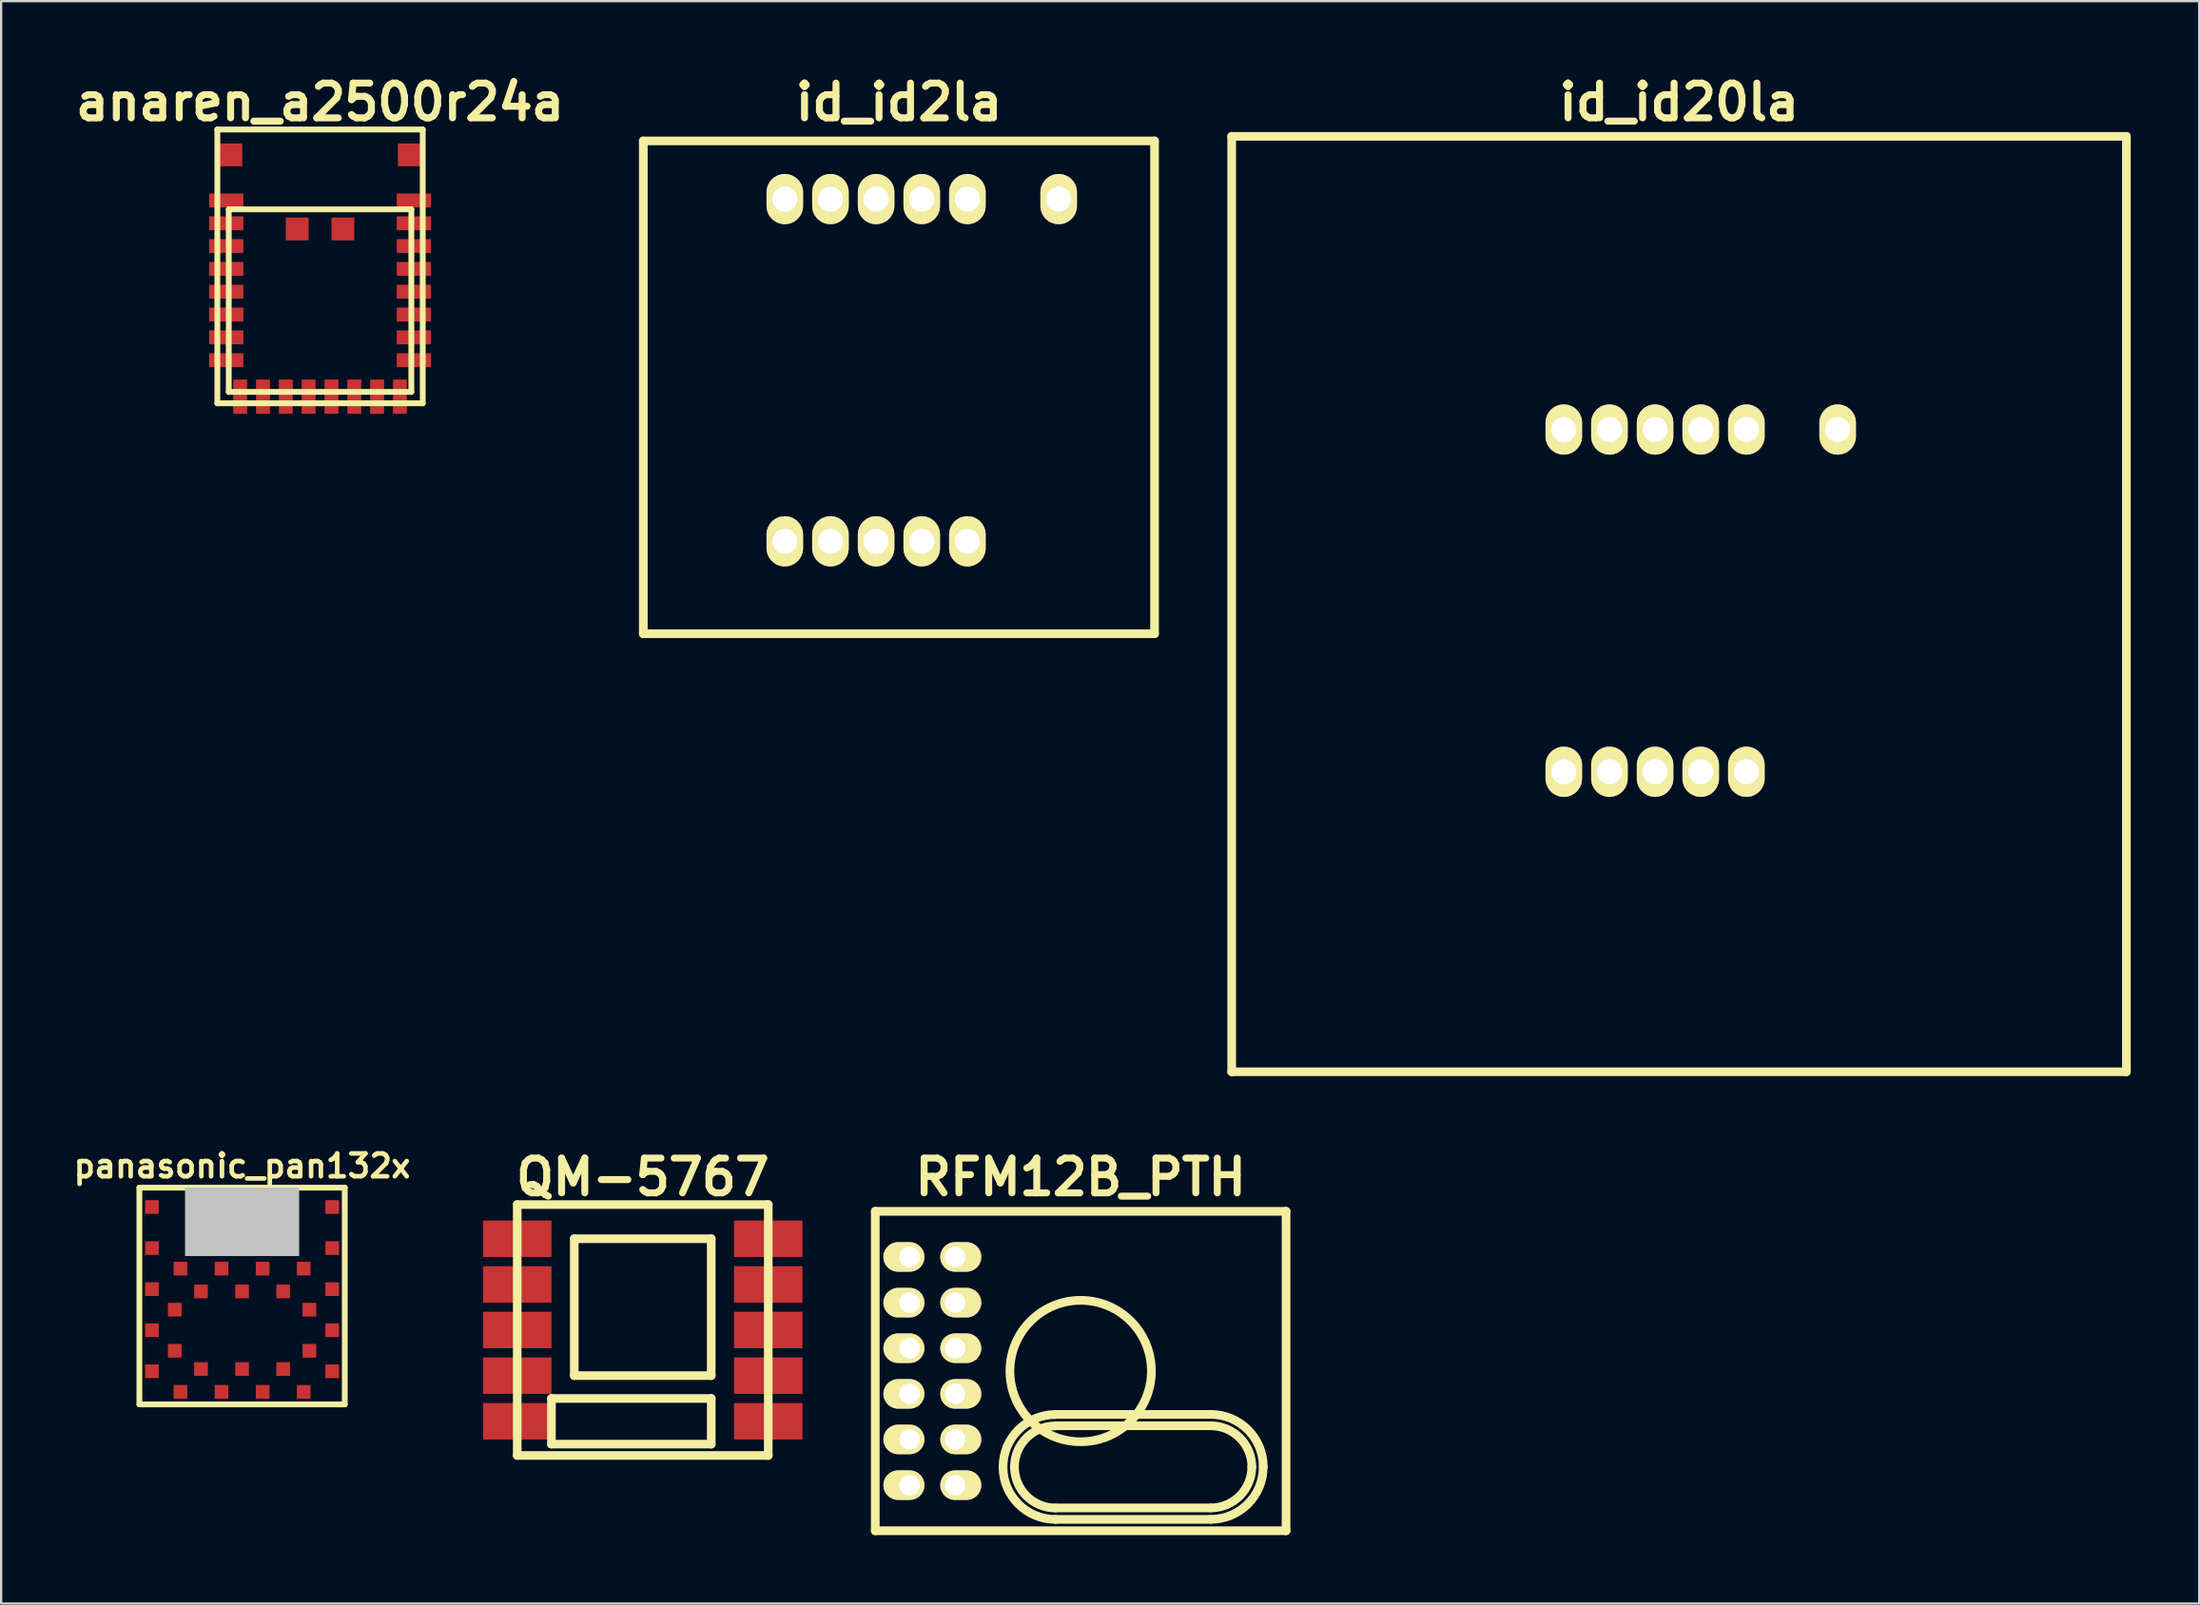
<source format=kicad_pcb>
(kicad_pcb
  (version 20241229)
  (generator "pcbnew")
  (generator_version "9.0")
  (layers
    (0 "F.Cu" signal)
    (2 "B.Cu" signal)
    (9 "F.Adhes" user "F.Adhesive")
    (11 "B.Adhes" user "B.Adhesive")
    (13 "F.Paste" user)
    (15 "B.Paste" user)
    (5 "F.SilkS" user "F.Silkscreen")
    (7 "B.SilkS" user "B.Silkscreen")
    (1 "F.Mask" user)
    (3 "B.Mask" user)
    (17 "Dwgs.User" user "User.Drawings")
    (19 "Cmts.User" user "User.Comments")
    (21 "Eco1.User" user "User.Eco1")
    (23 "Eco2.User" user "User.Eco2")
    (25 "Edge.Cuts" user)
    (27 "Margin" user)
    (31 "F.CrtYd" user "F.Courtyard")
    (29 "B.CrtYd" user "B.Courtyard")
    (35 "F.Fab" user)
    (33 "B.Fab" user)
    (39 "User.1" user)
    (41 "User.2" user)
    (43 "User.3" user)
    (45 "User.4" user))
  (footprint "anaren_a2500r24a"
    (layer "F.Cu")
    (at 10.973 8.626)
    (property "Reference" "anaren_a2500r24a" (at 0 -7.2 0) (layer "F.SilkS") (effects (font (size 1.524 1.524) (thickness 0.305))))
    (attr through_hole)
    (fp_line (start -4.5 -6) (end -4.5 6) (stroke (width 0.254) (type solid)) (layer "F.SilkS"))
    (fp_line (start -4.5 -6) (end 4.5 -6) (stroke (width 0.254) (type solid)) (layer "F.SilkS"))
    (fp_line (start -4.5 6) (end 4.5 6) (stroke (width 0.254) (type solid)) (layer "F.SilkS"))
    (fp_line (start -4 -2.5) (end -4 5.5) (stroke (width 0.254) (type solid)) (layer "F.SilkS"))
    (fp_line (start -4 -2.5) (end 4 -2.5) (stroke (width 0.254) (type solid)) (layer "F.SilkS"))
    (fp_line (start -4 5.5) (end 4 5.5) (stroke (width 0.254) (type solid)) (layer "F.SilkS"))
    (fp_line (start 4 -2.5) (end 4 5.5) (stroke (width 0.254) (type solid)) (layer "F.SilkS"))
    (fp_line (start 4.5 -6) (end 4.5 6) (stroke (width 0.254) (type solid)) (layer "F.SilkS"))
    (pad "" smd rect (at -3.91 -4.89) (size 1 1) (layers "F.Cu" "F.Mask" "F.Paste"))
    (pad "" smd rect (at -1 -1.64) (size 1 1) (layers "F.Cu" "F.Mask" "F.Paste"))
    (pad "" smd rect (at 1 -1.64) (size 1 1) (layers "F.Cu" "F.Mask" "F.Paste"))
    (pad "" smd rect (at 3.91 -4.89) (size 1 1) (layers "F.Cu" "F.Mask" "F.Paste"))
    (pad "1" smd rect (at -4.11 -2.89) (size 1.5 0.61) (layers "F.Cu" "F.Mask" "F.Paste"))
    (pad "2" smd rect (at -4.11 -1.89) (size 1.5 0.61) (layers "F.Cu" "F.Mask" "F.Paste"))
    (pad "3" smd rect (at -4.11 -0.89) (size 1.5 0.61) (layers "F.Cu" "F.Mask" "F.Paste"))
    (pad "4" smd rect (at -4.11 0.11) (size 1.5 0.61) (layers "F.Cu" "F.Mask" "F.Paste"))
    (pad "5" smd rect (at -4.11 1.11) (size 1.5 0.61) (layers "F.Cu" "F.Mask" "F.Paste"))
    (pad "6" smd rect (at -4.11 2.11) (size 1.5 0.61) (layers "F.Cu" "F.Mask" "F.Paste"))
    (pad "7" smd rect (at -4.11 3.11) (size 1.5 0.61) (layers "F.Cu" "F.Mask" "F.Paste"))
    (pad "8" smd rect (at -4.11 4.11) (size 1.5 0.61) (layers "F.Cu" "F.Mask" "F.Paste"))
    (pad "9" smd rect (at -3.5 5.71) (size 0.61 1.5) (layers "F.Cu" "F.Mask" "F.Paste"))
    (pad "10" smd rect (at -2.5 5.71) (size 0.61 1.5) (layers "F.Cu" "F.Mask" "F.Paste"))
    (pad "11" smd rect (at -1.5 5.71) (size 0.61 1.5) (layers "F.Cu" "F.Mask" "F.Paste"))
    (pad "12" smd rect (at -0.5 5.71) (size 0.61 1.5) (layers "F.Cu" "F.Mask" "F.Paste"))
    (pad "13" smd rect (at 0.5 5.71) (size 0.61 1.5) (layers "F.Cu" "F.Mask" "F.Paste"))
    (pad "14" smd rect (at 1.5 5.71) (size 0.61 1.5) (layers "F.Cu" "F.Mask" "F.Paste"))
    (pad "15" smd rect (at 2.5 5.71) (size 0.61 1.5) (layers "F.Cu" "F.Mask" "F.Paste"))
    (pad "16" smd rect (at 3.5 5.71) (size 0.61 1.5) (layers "F.Cu" "F.Mask" "F.Paste"))
    (pad "17" smd rect (at 4.11 4.11) (size 1.5 0.61) (layers "F.Cu" "F.Mask" "F.Paste"))
    (pad "18" smd rect (at 4.11 3.11) (size 1.5 0.61) (layers "F.Cu" "F.Mask" "F.Paste"))
    (pad "19" smd rect (at 4.11 2.11) (size 1.5 0.61) (layers "F.Cu" "F.Mask" "F.Paste"))
    (pad "20" smd rect (at 4.11 1.11) (size 1.5 0.61) (layers "F.Cu" "F.Mask" "F.Paste"))
    (pad "21" smd rect (at 4.11 0.11) (size 1.5 0.61) (layers "F.Cu" "F.Mask" "F.Paste"))
    (pad "22" smd rect (at 4.11 -0.89) (size 1.5 0.61) (layers "F.Cu" "F.Mask" "F.Paste"))
    (pad "23" smd rect (at 4.11 -1.89) (size 1.5 0.61) (layers "F.Cu" "F.Mask" "F.Paste"))
    (pad "24" smd rect (at 4.11 -2.89) (size 1.5 0.61) (layers "F.Cu" "F.Mask" "F.Paste")))
  (footprint "QM-5767"
    (layer "F.Cu")
    (at 25.112 55.244)
    (property "Reference" "QM-5767" (at 0 -6.701 0) (layer "F.SilkS") (effects (font (size 1.524 1.524) (thickness 0.305))))
    (attr through_hole)
    (fp_line (start -5.499 -5.499) (end 5.499 -5.499) (stroke (width 0.378) (type solid)) (layer "F.SilkS"))
    (fp_line (start -5.499 5.499) (end -5.499 -5.499) (stroke (width 0.378) (type solid)) (layer "F.SilkS"))
    (fp_line (start -4 3) (end -4 5.001) (stroke (width 0.378) (type solid)) (layer "F.SilkS"))
    (fp_line (start -4 5.001) (end 3 5.001) (stroke (width 0.378) (type solid)) (layer "F.SilkS"))
    (fp_line (start -3 -4) (end 3 -4) (stroke (width 0.378) (type solid)) (layer "F.SilkS"))
    (fp_line (start -3 1.999) (end -3 -4) (stroke (width 0.378) (type solid)) (layer "F.SilkS"))
    (fp_line (start 3 -4) (end 3 1.999) (stroke (width 0.378) (type solid)) (layer "F.SilkS"))
    (fp_line (start 3 1.999) (end -3 1.999) (stroke (width 0.378) (type solid)) (layer "F.SilkS"))
    (fp_line (start 3 3) (end -4 3) (stroke (width 0.378) (type solid)) (layer "F.SilkS"))
    (fp_line (start 3 5.001) (end 3 3) (stroke (width 0.378) (type solid)) (layer "F.SilkS"))
    (fp_line (start 5.499 -5.499) (end 5.499 5.499) (stroke (width 0.378) (type solid)) (layer "F.SilkS"))
    (fp_line (start 5.499 5.499) (end -5.499 5.499) (stroke (width 0.378) (type solid)) (layer "F.SilkS"))
    (pad "1" smd rect (at -5.499 -4) (size 2.997 1.598) (layers "F.Cu" "F.Mask" "F.Paste"))
    (pad "2" smd rect (at -5.499 -1.999) (size 2.997 1.598) (layers "F.Cu" "F.Mask" "F.Paste"))
    (pad "3" smd rect (at -5.499 0) (size 2.997 1.598) (layers "F.Cu" "F.Mask" "F.Paste"))
    (pad "4" smd rect (at -5.499 1.999) (size 2.997 1.598) (layers "F.Cu" "F.Mask" "F.Paste"))
    (pad "5" smd rect (at -5.499 4) (size 2.997 1.598) (layers "F.Cu" "F.Mask" "F.Paste"))
    (pad "6" smd rect (at 5.499 4) (size 2.997 1.598) (layers "F.Cu" "F.Mask" "F.Paste"))
    (pad "7" smd rect (at 5.499 1.999) (size 2.997 1.598) (layers "F.Cu" "F.Mask" "F.Paste"))
    (pad "8" smd rect (at 5.499 0) (size 2.997 1.598) (layers "F.Cu" "F.Mask" "F.Paste"))
    (pad "9" smd rect (at 5.499 -1.999) (size 2.997 1.598) (layers "F.Cu" "F.Mask" "F.Paste"))
    (pad "10" smd rect (at 5.499 -4) (size 2.997 1.598) (layers "F.Cu" "F.Mask" "F.Paste")))
  (footprint "panasonic_pan132x"
    (layer "F.Cu")
    (at 7.557 55.253)
    (property "Reference" "panasonic_pan132x" (at 0 -7.2 0) (layer "F.SilkS") (effects (font (size 1 1) (thickness 0.2))))
    (attr through_hole)
    (fp_line (start -4.5 -6.25) (end -4.5 3.25) (stroke (width 0.254) (type solid)) (layer "F.SilkS"))
    (fp_line (start -4.5 -6.25) (end 4.5 -6.25) (stroke (width 0.254) (type solid)) (layer "F.SilkS"))
    (fp_line (start -4.5 3.25) (end 4.5 3.25) (stroke (width 0.254) (type solid)) (layer "F.SilkS"))
    (fp_line (start 4.5 -6.25) (end 4.5 3.25) (stroke (width 0.254) (type solid)) (layer "F.SilkS"))
    (pad "" smd rect (at 0 -4.75) (size 5 3) (layers "Dwgs.User"))
    (pad "1" smd rect (at -2.7 2.7) (size 0.6 0.6) (layers "F.Cu" "F.Mask" "F.Paste"))
    (pad "2" smd rect (at -1.8 1.7) (size 0.6 0.6) (layers "F.Cu" "F.Mask" "F.Paste"))
    (pad "3" smd rect (at -0.9 2.7) (size 0.6 0.6) (layers "F.Cu" "F.Mask" "F.Paste"))
    (pad "4" smd rect (at 0 1.7) (size 0.6 0.6) (layers "F.Cu" "F.Mask" "F.Paste"))
    (pad "5" smd rect (at 0.9 2.7) (size 0.6 0.6) (layers "F.Cu" "F.Mask" "F.Paste"))
    (pad "6" smd rect (at 1.8 1.7) (size 0.6 0.6) (layers "F.Cu" "F.Mask" "F.Paste"))
    (pad "7" smd rect (at 2.7 2.7) (size 0.6 0.6) (layers "F.Cu" "F.Mask" "F.Paste"))
    (pad "8" smd rect (at 3.95 1.8) (size 0.6 0.6) (layers "F.Cu" "F.Mask" "F.Paste"))
    (pad "9" smd rect (at 2.95 0.9) (size 0.6 0.6) (layers "F.Cu" "F.Mask" "F.Paste"))
    (pad "10" smd rect (at 3.95 0) (size 0.6 0.6) (layers "F.Cu" "F.Mask" "F.Paste"))
    (pad "11" smd rect (at 2.95 -0.9) (size 0.6 0.6) (layers "F.Cu" "F.Mask" "F.Paste"))
    (pad "12" smd rect (at 3.95 -1.8) (size 0.6 0.6) (layers "F.Cu" "F.Mask" "F.Paste"))
    (pad "13" smd rect (at 2.7 -2.7) (size 0.6 0.6) (layers "F.Cu" "F.Mask" "F.Paste"))
    (pad "14" smd rect (at 1.8 -1.7) (size 0.6 0.6) (layers "F.Cu" "F.Mask" "F.Paste"))
    (pad "15" smd rect (at 0.9 -2.7) (size 0.6 0.6) (layers "F.Cu" "F.Mask" "F.Paste"))
    (pad "16" smd rect (at 0 -1.7) (size 0.6 0.6) (layers "F.Cu" "F.Mask" "F.Paste"))
    (pad "17" smd rect (at -0.9 -2.7) (size 0.6 0.6) (layers "F.Cu" "F.Mask" "F.Paste"))
    (pad "18" smd rect (at -1.8 -1.7) (size 0.6 0.6) (layers "F.Cu" "F.Mask" "F.Paste"))
    (pad "19" smd rect (at -2.7 -2.7) (size 0.6 0.6) (layers "F.Cu" "F.Mask" "F.Paste"))
    (pad "20" smd rect (at -3.95 -1.8) (size 0.6 0.6) (layers "F.Cu" "F.Mask" "F.Paste"))
    (pad "21" smd rect (at -2.95 -0.9) (size 0.6 0.6) (layers "F.Cu" "F.Mask" "F.Paste"))
    (pad "22" smd rect (at -3.95 0) (size 0.6 0.6) (layers "F.Cu" "F.Mask" "F.Paste"))
    (pad "23" smd rect (at -2.95 0.9) (size 0.6 0.6) (layers "F.Cu" "F.Mask" "F.Paste"))
    (pad "24" smd rect (at -3.95 1.8) (size 0.6 0.6) (layers "F.Cu" "F.Mask" "F.Paste"))
    (pad "A" smd rect (at -3.95 -3.6) (size 0.6 0.6) (layers "F.Cu" "F.Mask" "F.Paste"))
    (pad "B" smd rect (at 3.95 -3.6) (size 0.6 0.6) (layers "F.Cu" "F.Mask" "F.Paste"))
    (pad "C" smd rect (at -3.95 -5.4) (size 0.6 0.6) (layers "F.Cu" "F.Mask" "F.Paste"))
    (pad "D" smd rect (at 3.95 -5.4) (size 0.6 0.6) (layers "F.Cu" "F.Mask" "F.Paste")))
  (footprint "RFM12B_PTH"
    (layer "F.Cu")
    (at 44.299 57.042)
    (property "Reference" "RFM12B_PTH" (at 0 -8.499 0) (layer "F.SilkS") (effects (font (size 1.524 1.524) (thickness 0.305))))
    (attr through_hole)
    (fp_line (start -8.999 -7) (end 8.999 -7) (stroke (width 0.381) (type solid)) (layer "F.SilkS"))
    (fp_line (start -8.999 7) (end -8.999 -7) (stroke (width 0.381) (type solid)) (layer "F.SilkS"))
    (fp_line (start -1.102 1.902) (end 5.697 1.902) (stroke (width 0.381) (type solid)) (layer "F.SilkS"))
    (fp_line (start -1.102 2.4) (end 5.7 2.4) (stroke (width 0.381) (type solid)) (layer "F.SilkS"))
    (fp_line (start -1.102 6.502) (end 5.697 6.502) (stroke (width 0.381) (type solid)) (layer "F.SilkS"))
    (fp_line (start 5.7 5.999) (end -1.102 5.999) (stroke (width 0.381) (type solid)) (layer "F.SilkS"))
    (fp_line (start 8.999 -7) (end 8.999 7) (stroke (width 0.381) (type solid)) (layer "F.SilkS"))
    (fp_line (start 8.999 7) (end -8.999 7) (stroke (width 0.381) (type solid)) (layer "F.SilkS"))
    (fp_arc (start -3.40106 4.2037) (mid -2.727786 2.578274) (end -1.10236 1.905) (stroke (width 0.381) (type solid)) (layer "F.SilkS"))
    (fp_arc (start -2.90068 4.2037) (mid -2.373964 2.932096) (end -1.10236 2.40538) (stroke (width 0.381) (type solid)) (layer "F.SilkS"))
    (fp_arc (start -1.10236 6.00202) (mid -2.373964 5.475304) (end -2.90068 4.2037) (stroke (width 0.381) (type solid)) (layer "F.SilkS"))
    (fp_arc (start -1.10236 6.5024) (mid -2.727786 5.829126) (end -3.40106 4.2037) (stroke (width 0.381) (type solid)) (layer "F.SilkS"))
    (fp_arc (start 5.69976 1.89992) (mid 7.326982 2.573938) (end 8.001 4.20116) (stroke (width 0.381) (type solid)) (layer "F.SilkS"))
    (fp_arc (start 5.69976 2.4003) (mid 6.97316 2.92776) (end 7.50062 4.20116) (stroke (width 0.381) (type solid)) (layer "F.SilkS"))
    (fp_arc (start 7.49808 4.20116) (mid 6.971364 5.472764) (end 5.69976 5.99948) (stroke (width 0.381) (type solid)) (layer "F.SilkS"))
    (fp_arc (start 7.99846 4.20116) (mid 7.325186 5.826586) (end 5.69976 6.49986) (stroke (width 0.381) (type solid)) (layer "F.SilkS"))
    (fp_circle (center 0 0) (end 0 3.099) (stroke (width 0.381) (type solid)) (fill no) (layer "F.SilkS"))
    (pad "1" thru_hole oval (at -5.499 -1.001) (size 1.796 1.295) (drill 0.899 (offset 0.246 0)) (layers "*.Cu" "*.Mask" "F.SilkS"))
    (pad "2" thru_hole oval (at -7.498 1.001) (size 1.796 1.295) (drill 0.899 (offset -0.246 0)) (layers "*.Cu" "*.Mask" "F.SilkS"))
    (pad "3" thru_hole oval (at -5.499 1.001) (size 1.796 1.295) (drill 0.899 (offset 0.246 0)) (layers "*.Cu" "*.Mask" "F.SilkS"))
    (pad "4" thru_hole oval (at -7.498 2.997) (size 1.796 1.295) (drill 0.899 (offset -0.246 0)) (layers "*.Cu" "*.Mask" "F.SilkS"))
    (pad "5" thru_hole oval (at -5.499 2.997) (size 1.796 1.295) (drill 0.899 (offset 0.246 0)) (layers "*.Cu" "*.Mask" "F.SilkS"))
    (pad "6" thru_hole oval (at -7.498 5.001) (size 1.796 1.295) (drill 0.899 (offset -0.246 0)) (layers "*.Cu" "*.Mask" "F.SilkS"))
    (pad "7" thru_hole oval (at -5.499 5.001) (size 1.796 1.295) (drill 0.899 (offset 0.246 0)) (layers "*.Cu" "*.Mask" "F.SilkS"))
    (pad "9" thru_hole oval (at -5.499 -5.001) (size 1.796 1.295) (drill 0.899 (offset 0.246 0)) (layers "*.Cu" "*.Mask" "F.SilkS"))
    (pad "11" thru_hole oval (at -7.498 -5.001) (size 1.796 1.295) (drill 0.899 (offset -0.246 0)) (layers "*.Cu" "*.Mask" "F.SilkS"))
    (pad "12" thru_hole oval (at -7.498 -2.997) (size 1.796 1.295) (drill 0.899 (offset -0.246 0)) (layers "*.Cu" "*.Mask" "F.SilkS"))
    (pad "13" thru_hole oval (at -5.499 -2.997) (size 1.796 1.295) (drill 0.899 (offset 0.246 0)) (layers "*.Cu" "*.Mask" "F.SilkS"))
    (pad "14" thru_hole oval (at -7.498 -1.001) (size 1.796 1.295) (drill 0.899 (offset -0.246 0)) (layers "*.Cu" "*.Mask" "F.SilkS")))
  (footprint "id_id20la"
    (layer "F.Cu")
    (at 70.517 23.426)
    (property "Reference" "id_id20la" (at 0 -22 0) (layer "F.SilkS") (effects (font (size 1.524 1.524) (thickness 0.305))))
    (attr through_hole)
    (fp_line (start -19.6 -20.5) (end -19.6 20.5) (stroke (width 0.381) (type solid)) (layer "F.SilkS"))
    (fp_line (start -19.6 -20.5) (end 19.6 -20.5) (stroke (width 0.378) (type solid)) (layer "F.SilkS"))
    (fp_line (start -19.6 20.5) (end 19.6 20.5) (stroke (width 0.378) (type solid)) (layer "F.SilkS"))
    (fp_line (start 19.6 -20.5) (end 19.6 20.5) (stroke (width 0.381) (type solid)) (layer "F.SilkS"))
    (pad "1" thru_hole oval (at 2.95 7.35) (size 1.6 2.2) (drill 1.1) (layers "*.Cu" "*.Mask" "F.SilkS"))
    (pad "2" thru_hole oval (at 0.95 7.35) (size 1.6 2.2) (drill 1.1) (layers "*.Cu" "*.Mask" "F.SilkS"))
    (pad "3" thru_hole oval (at -1.05 7.35) (size 1.6 2.2) (drill 1.1) (layers "*.Cu" "*.Mask" "F.SilkS"))
    (pad "4" thru_hole oval (at -3.05 7.35) (size 1.6 2.2) (drill 1.1) (layers "*.Cu" "*.Mask" "F.SilkS"))
    (pad "5" thru_hole oval (at -5.05 7.35) (size 1.6 2.2) (drill 1.1) (layers "*.Cu" "*.Mask" "F.SilkS"))
    (pad "6" thru_hole oval (at -5.05 -7.65) (size 1.6 2.2) (drill 1.1) (layers "*.Cu" "*.Mask" "F.SilkS"))
    (pad "7" thru_hole oval (at -3.05 -7.65) (size 1.6 2.2) (drill 1.1) (layers "*.Cu" "*.Mask" "F.SilkS"))
    (pad "8" thru_hole oval (at -1.05 -7.65) (size 1.6 2.2) (drill 1.1) (layers "*.Cu" "*.Mask" "F.SilkS"))
    (pad "9" thru_hole oval (at 0.95 -7.65) (size 1.6 2.2) (drill 1.1) (layers "*.Cu" "*.Mask" "F.SilkS"))
    (pad "10" thru_hole oval (at 2.95 -7.65) (size 1.6 2.2) (drill 1.1) (layers "*.Cu" "*.Mask" "F.SilkS"))
    (pad "11" thru_hole oval (at 6.95 -7.65) (size 1.6 2.2) (drill 1.1) (layers "*.Cu" "*.Mask" "F.SilkS")))
  (footprint "id_id2la"
    (layer "F.Cu")
    (at 36.336 13.926)
    (property "Reference" "id_id2la" (at 0 -12.5 0) (layer "F.SilkS") (effects (font (size 1.524 1.524) (thickness 0.305))))
    (attr through_hole)
    (fp_line (start -11.2 -10.8) (end -11.2 10.8) (stroke (width 0.381) (type solid)) (layer "F.SilkS"))
    (fp_line (start -11.2 -10.8) (end 11.2 -10.8) (stroke (width 0.378) (type solid)) (layer "F.SilkS"))
    (fp_line (start -11.2 10.8) (end 11.2 10.8) (stroke (width 0.378) (type solid)) (layer "F.SilkS"))
    (fp_line (start 11.2 -10.8) (end 11.2 10.8) (stroke (width 0.381) (type solid)) (layer "F.SilkS"))
    (pad "1" thru_hole oval (at 3 6.75) (size 1.6 2.2) (drill 1.1) (layers "*.Cu" "*.Mask" "F.SilkS"))
    (pad "2" thru_hole oval (at 1 6.75) (size 1.6 2.2) (drill 1.1) (layers "*.Cu" "*.Mask" "F.SilkS"))
    (pad "3" thru_hole oval (at -1 6.75) (size 1.6 2.2) (drill 1.1) (layers "*.Cu" "*.Mask" "F.SilkS"))
    (pad "4" thru_hole oval (at -3 6.75) (size 1.6 2.2) (drill 1.1) (layers "*.Cu" "*.Mask" "F.SilkS"))
    (pad "5" thru_hole oval (at -5 6.75) (size 1.6 2.2) (drill 1.1) (layers "*.Cu" "*.Mask" "F.SilkS"))
    (pad "6" thru_hole oval (at -5 -8.25) (size 1.6 2.2) (drill 1.1) (layers "*.Cu" "*.Mask" "F.SilkS"))
    (pad "7" thru_hole oval (at -3 -8.25) (size 1.6 2.2) (drill 1.1) (layers "*.Cu" "*.Mask" "F.SilkS"))
    (pad "8" thru_hole oval (at -1 -8.25) (size 1.6 2.2) (drill 1.1) (layers "*.Cu" "*.Mask" "F.SilkS"))
    (pad "9" thru_hole oval (at 1 -8.25) (size 1.6 2.2) (drill 1.1) (layers "*.Cu" "*.Mask" "F.SilkS"))
    (pad "10" thru_hole oval (at 3 -8.25) (size 1.6 2.2) (drill 1.1) (layers "*.Cu" "*.Mask" "F.SilkS"))
    (pad "11" thru_hole oval (at 7 -8.25) (size 1.6 2.2) (drill 1.1) (layers "*.Cu" "*.Mask" "F.SilkS")))
  (gr_rect
    (start -3 -3)
    (end 93.308 67.233)
    (stroke (width 0.1) (type default))
    (fill no)
    (layer "Edge.Cuts")))
</source>
